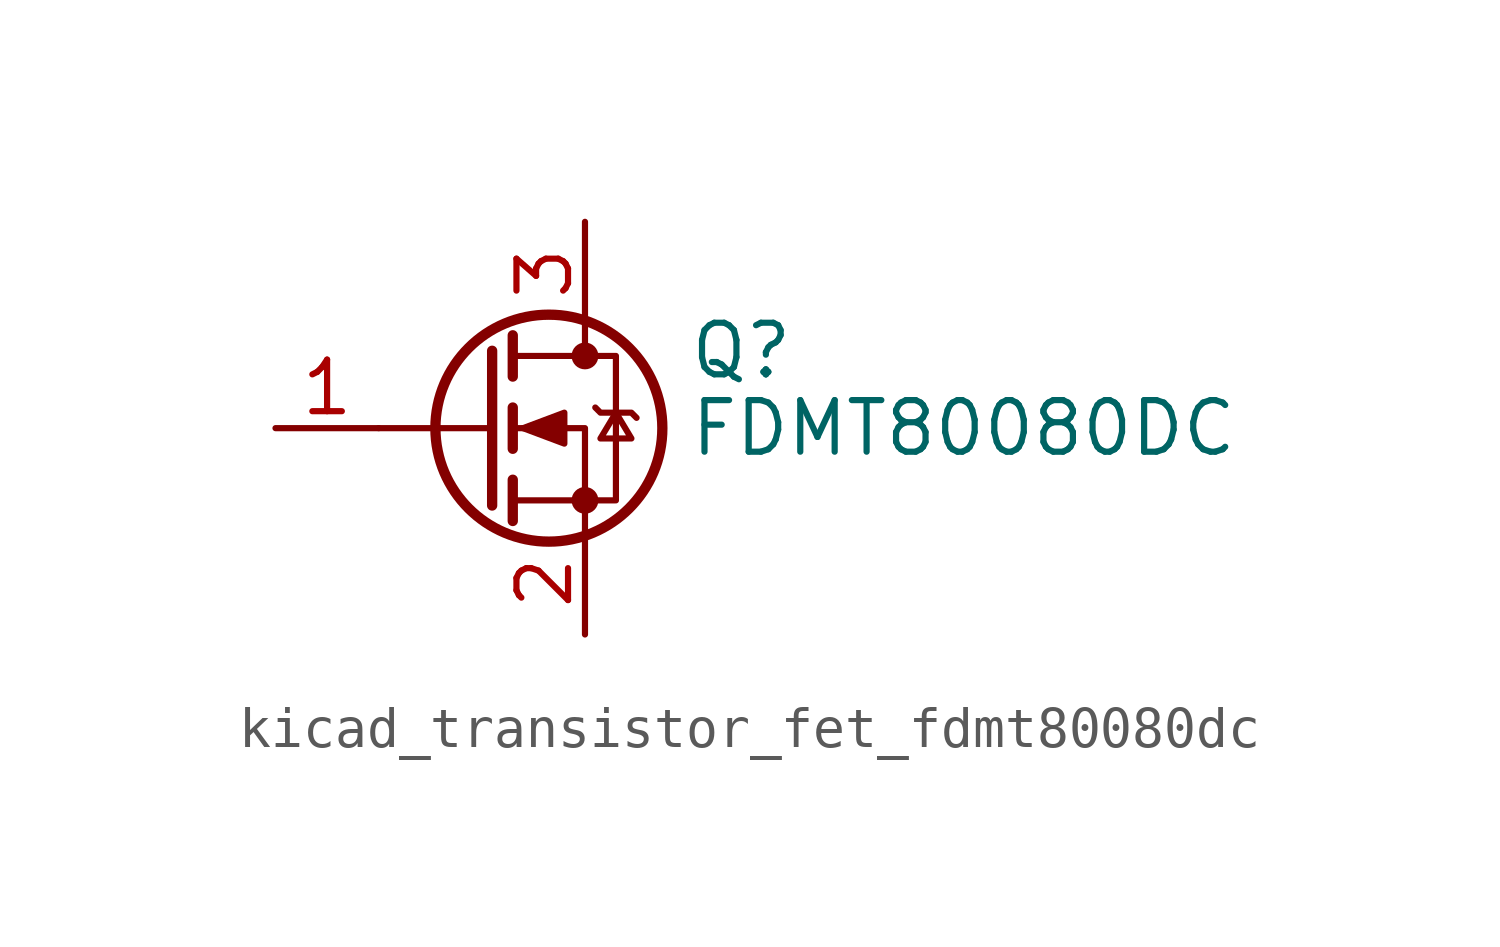
<source format=kicad_sym>
(kicad_symbol_lib
  (version 20220914)
  (generator kicad_symbol_editor)
  (symbol "kicad_transistor_fet_fdmt80080dc"
    (pin_names hide)
    (property "Reference" "Q"
      (at 5.08 1.905 0)
      (effects (font (size 1.27 1.27)) (justify left)))
    (property "Value" "FDMT80080DC"
      (at 5.08 0 0)
      (effects (font (size 1.27 1.27)) (justify left)))
    (symbol "kicad_transistor_fet_fdmt80080dc_0_1"
      (polyline (pts (xy 0.254 0) (xy -2.54 0)) (stroke (width 0) (type default)) (fill (type none)))
      (polyline (pts (xy 0.254 1.905) (xy 0.254 -1.905)) (stroke (width 0.254) (type default)) (fill (type none)))
      (polyline (pts (xy 0.762 -1.27) (xy 0.762 -2.286)) (stroke (width 0.254) (type default)) (fill (type none)))
      (polyline (pts (xy 0.762 0.508) (xy 0.762 -0.508)) (stroke (width 0.254) (type default)) (fill (type none)))
      (polyline (pts (xy 0.762 2.286) (xy 0.762 1.27)) (stroke (width 0.254) (type default)) (fill (type none)))
      (polyline (pts (xy 2.54 2.54) (xy 2.54 1.778)) (stroke (width 0) (type default)) (fill (type none)))
      (polyline (pts (xy 2.54 -2.54) (xy 2.54 0) (xy 0.762 0)) (stroke (width 0) (type default)) (fill (type none)))
      (polyline (pts (xy 0.762 -1.778) (xy 3.302 -1.778) (xy 3.302 1.778) (xy 0.762 1.778)) (stroke (width 0) (type default)) (fill (type none)))
      (polyline (pts (xy 1.016 0) (xy 2.032 0.381) (xy 2.032 -0.381) (xy 1.016 0)) (stroke (width 0) (type default)) (fill (type outline)))
      (polyline (pts (xy 2.794 0.508) (xy 2.921 0.381) (xy 3.683 0.381) (xy 3.81 0.254)) (stroke (width 0) (type default)) (fill (type none)))
      (polyline (pts (xy 3.302 0.381) (xy 2.921 -0.254) (xy 3.683 -0.254) (xy 3.302 0.381)) (stroke (width 0) (type default)) (fill (type none)))
      (circle (center 1.651 0) (radius 2.794) (stroke (width 0.254) (type default)) (fill (type none)))
      (circle (center 2.54 -1.778) (radius 0.254) (stroke (width 0) (type default)) (fill (type outline)))
      (circle (center 2.54 1.778) (radius 0.254) (stroke (width 0) (type default)) (fill (type outline))))
    (symbol "kicad_transistor_fet_fdmt80080dc_1_1"
      (pin passive line (at -5.08 0 0) (length 2.54) (name "G" (effects (font (size 1.27 1.27)))) (number "1" (effects (font (size 1.27 1.27)))))
      (pin passive line (at 2.54 -5.08 90) (length 2.54) (name "S" (effects (font (size 1.27 1.27)))) (number "2" (effects (font (size 1.27 1.27)))))
      (pin passive line (at 2.54 5.08 270) (length 2.54) (name "D" (effects (font (size 1.27 1.27)))) (number "3" (effects (font (size 1.27 1.27))))))))
</source>
